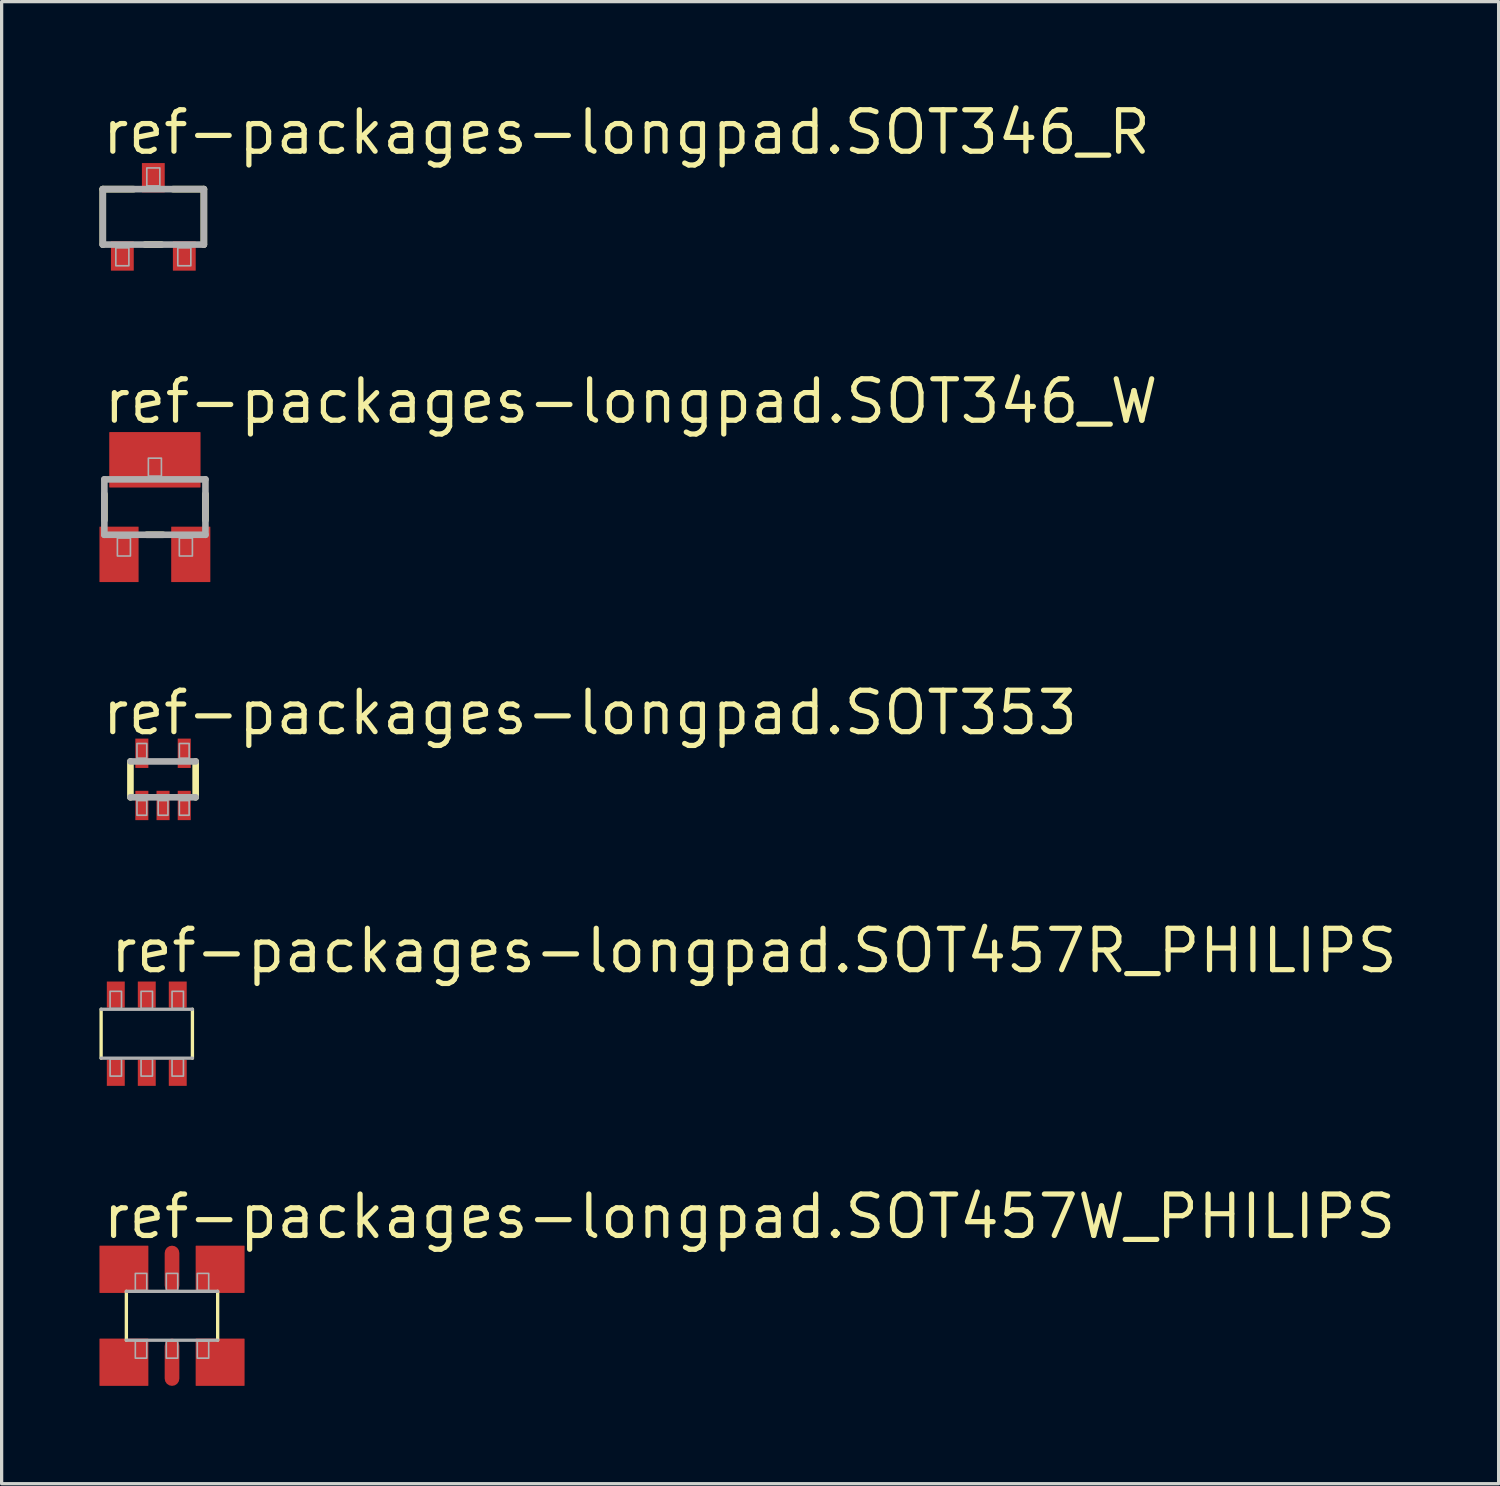
<source format=kicad_pcb>
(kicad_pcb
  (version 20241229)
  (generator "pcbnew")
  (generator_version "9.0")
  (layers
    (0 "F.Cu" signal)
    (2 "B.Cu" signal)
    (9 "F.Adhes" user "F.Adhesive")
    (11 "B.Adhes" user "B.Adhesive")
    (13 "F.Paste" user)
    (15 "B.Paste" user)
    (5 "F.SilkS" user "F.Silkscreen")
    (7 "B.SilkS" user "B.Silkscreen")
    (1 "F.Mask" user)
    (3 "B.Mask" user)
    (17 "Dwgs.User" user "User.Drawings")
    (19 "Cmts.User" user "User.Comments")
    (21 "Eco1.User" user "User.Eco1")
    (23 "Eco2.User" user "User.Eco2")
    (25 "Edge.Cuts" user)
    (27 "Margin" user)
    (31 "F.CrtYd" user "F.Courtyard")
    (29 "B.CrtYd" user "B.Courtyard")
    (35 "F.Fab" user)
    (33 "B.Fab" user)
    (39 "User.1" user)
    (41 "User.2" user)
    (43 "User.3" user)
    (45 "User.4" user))
  (footprint "ref-packages-longpad.SOT346_R"
    (layer "F.Cu")
    (at 1.652 3.6)
    (property "Reference" "ref-packages-longpad.SOT346_R" (at -1.65 -1.85 0) (layer "F.SilkS") (effects (font (size 1.27 1.27) (thickness 0.16)) (justify left bottom)))
    (attr smd)
    (fp_line (start -1.55 -0.85) (end -0.6 -0.85) (stroke (width 0.203) (type default)) (layer "F.SilkS"))
    (fp_line (start -1.55 0.85) (end -1.55 -0.85) (stroke (width 0.203) (type default)) (layer "F.SilkS"))
    (fp_line (start 0.25 0.85) (end -0.25 0.85) (stroke (width 0.203) (type default)) (layer "F.SilkS"))
    (fp_line (start 0.6 -0.85) (end 1.55 -0.85) (stroke (width 0.203) (type default)) (layer "F.SilkS"))
    (fp_line (start 1.55 -0.85) (end 1.55 0.85) (stroke (width 0.203) (type default)) (layer "F.SilkS"))
    (fp_line (start -1.55 -0.85) (end 1.55 -0.85) (stroke (width 0.203) (type default)) (layer "F.Fab"))
    (fp_line (start -1.55 0.85) (end -1.55 -0.85) (stroke (width 0.203) (type default)) (layer "F.Fab"))
    (fp_line (start 1.55 -0.85) (end 1.55 0.85) (stroke (width 0.203) (type default)) (layer "F.Fab"))
    (fp_line (start 1.55 0.85) (end -1.55 0.85) (stroke (width 0.203) (type default)) (layer "F.Fab"))
    (fp_rect (start -1.15 1.5) (end -0.75 0.95) (stroke (width 0.05) (type default)) (fill no) (layer "F.Fab"))
    (fp_rect (start -0.2 -0.95) (end 0.2 -1.5) (stroke (width 0.05) (type default)) (fill no) (layer "F.Fab"))
    (fp_rect (start 0.75 1.5) (end 1.15 0.95) (stroke (width 0.05) (type default)) (fill no) (layer "F.Fab"))
    (pad "1" smd roundrect (at -0.95 1.2) (size 0.7 0.9) (layers "F.Cu" "F.Mask" "F.Paste") (roundrect_rratio 0.01))
    (pad "2" smd roundrect (at 0.95 1.2) (size 0.7 0.9) (layers "F.Cu" "F.Mask" "F.Paste") (roundrect_rratio 0.01))
    (pad "3" smd roundrect (at 0 -1.2) (size 0.7 0.9) (layers "F.Cu" "F.Mask" "F.Paste") (roundrect_rratio 0.01)))
  (footprint "ref-packages-longpad.SOT457R_PHILIPS"
    (layer "F.Cu")
    (at 1.451 28.65)
    (property "Reference" "ref-packages-longpad.SOT457R_PHILIPS" (at -1.2 -1.8 0) (layer "F.SilkS") (effects (font (size 1.27 1.27) (thickness 0.16)) (justify left bottom)))
    (attr smd)
    (fp_line (start -1.4 0.75) (end -1.4 -0.75) (stroke (width 0.102) (type default)) (layer "F.SilkS"))
    (fp_line (start 1.4 -0.75) (end 1.4 0.75) (stroke (width 0.102) (type default)) (layer "F.SilkS"))
    (fp_line (start -1.4 -0.75) (end 1.4 -0.75) (stroke (width 0.102) (type default)) (layer "F.Fab"))
    (fp_line (start 1.4 0.75) (end -1.4 0.75) (stroke (width 0.102) (type default)) (layer "F.Fab"))
    (fp_rect (start -1.125 -0.775) (end -0.775 -1.3) (stroke (width 0.05) (type default)) (fill no) (layer "F.Fab"))
    (fp_rect (start -1.125 1.3) (end -0.775 0.775) (stroke (width 0.05) (type default)) (fill no) (layer "F.Fab"))
    (fp_rect (start -0.175 -0.775) (end 0.175 -1.3) (stroke (width 0.05) (type default)) (fill no) (layer "F.Fab"))
    (fp_rect (start -0.175 1.3) (end 0.175 0.775) (stroke (width 0.05) (type default)) (fill no) (layer "F.Fab"))
    (fp_rect (start 0.775 -0.775) (end 1.125 -1.3) (stroke (width 0.05) (type default)) (fill no) (layer "F.Fab"))
    (fp_rect (start 0.775 1.3) (end 1.125 0.775) (stroke (width 0.05) (type default)) (fill no) (layer "F.Fab"))
    (pad "1" smd roundrect (at -0.95 1.2) (size 0.55 0.8) (layers "F.Cu" "F.Mask" "F.Paste") (roundrect_rratio 0.01))
    (pad "2" smd roundrect (at 0 1.2) (size 0.55 0.8) (layers "F.Cu" "F.Mask" "F.Paste") (roundrect_rratio 0.01))
    (pad "3" smd roundrect (at 0.95 1.2) (size 0.55 0.8) (layers "F.Cu" "F.Mask" "F.Paste") (roundrect_rratio 0.01))
    (pad "4" smd roundrect (at 0.95 -1.2) (size 0.55 0.8) (layers "F.Cu" "F.Mask" "F.Paste") (roundrect_rratio 0.01))
    (pad "5" smd roundrect (at 0 -1.2) (size 0.55 0.8) (layers "F.Cu" "F.Mask" "F.Paste") (roundrect_rratio 0.01))
    (pad "6" smd roundrect (at -0.95 -1.2) (size 0.55 0.8) (layers "F.Cu" "F.Mask" "F.Paste") (roundrect_rratio 0.01)))
  (footprint "ref-packages-longpad.SOT353"
    (layer "F.Cu")
    (at 1.95 20.85)
    (property "Reference" "ref-packages-longpad.SOT353" (at -1.95 -1.3 0) (layer "F.SilkS") (effects (font (size 1.27 1.27) (thickness 0.16)) (justify left bottom)))
    (attr smd)
    (fp_line (start -1 -0.55) (end -1 0.55) (stroke (width 0.203) (type default)) (layer "F.SilkS"))
    (fp_line (start 1 0.55) (end 1 -0.55) (stroke (width 0.203) (type default)) (layer "F.SilkS"))
    (fp_line (start -1 0.55) (end 1 0.55) (stroke (width 0.203) (type default)) (layer "F.Fab"))
    (fp_line (start 1 -0.55) (end -1 -0.55) (stroke (width 0.203) (type default)) (layer "F.Fab"))
    (fp_rect (start -0.8 -0.65) (end -0.5 -1.1) (stroke (width 0.05) (type default)) (fill no) (layer "F.Fab"))
    (fp_rect (start -0.8 1.1) (end -0.5 0.65) (stroke (width 0.05) (type default)) (fill no) (layer "F.Fab"))
    (fp_rect (start -0.15 1.1) (end 0.15 0.65) (stroke (width 0.05) (type default)) (fill no) (layer "F.Fab"))
    (fp_rect (start 0.5 -0.65) (end 0.8 -1.1) (stroke (width 0.05) (type default)) (fill no) (layer "F.Fab"))
    (fp_rect (start 0.5 1.1) (end 0.8 0.65) (stroke (width 0.05) (type default)) (fill no) (layer "F.Fab"))
    (pad "1" smd roundrect (at -0.65 0.8) (size 0.4 0.9) (layers "F.Cu" "F.Mask" "F.Paste") (roundrect_rratio 0.01))
    (pad "2" smd roundrect (at 0 0.8) (size 0.4 0.9) (layers "F.Cu" "F.Mask" "F.Paste") (roundrect_rratio 0.01))
    (pad "3" smd roundrect (at 0.65 0.8) (size 0.4 0.9) (layers "F.Cu" "F.Mask" "F.Paste") (roundrect_rratio 0.01))
    (pad "4" smd roundrect (at 0.65 -0.8) (size 0.4 0.9) (layers "F.Cu" "F.Mask" "F.Paste") (roundrect_rratio 0.01))
    (pad "5" smd roundrect (at -0.65 -0.8) (size 0.4 0.9) (layers "F.Cu" "F.Mask" "F.Paste") (roundrect_rratio 0.01)))
  (footprint "ref-packages-longpad.SOT346_W"
    (layer "F.Cu")
    (at 1.7 12.5)
    (property "Reference" "ref-packages-longpad.SOT346_W" (at -1.65 -2.5 0) (layer "F.SilkS") (effects (font (size 1.27 1.27) (thickness 0.16)) (justify left bottom)))
    (attr smd)
    (fp_line (start -1.55 0.4) (end -1.55 -0.4) (stroke (width 0.203) (type default)) (layer "F.SilkS"))
    (fp_line (start 0.25 0.85) (end -0.25 0.85) (stroke (width 0.203) (type default)) (layer "F.SilkS"))
    (fp_line (start 1.55 -0.4) (end 1.55 0.4) (stroke (width 0.203) (type default)) (layer "F.SilkS"))
    (fp_line (start -1.55 -0.85) (end 1.55 -0.85) (stroke (width 0.203) (type default)) (layer "F.Fab"))
    (fp_line (start -1.55 0.85) (end -1.55 -0.85) (stroke (width 0.203) (type default)) (layer "F.Fab"))
    (fp_line (start 1.55 -0.85) (end 1.55 0.85) (stroke (width 0.203) (type default)) (layer "F.Fab"))
    (fp_line (start 1.55 0.85) (end -1.55 0.85) (stroke (width 0.203) (type default)) (layer "F.Fab"))
    (fp_rect (start -1.15 1.5) (end -0.75 0.95) (stroke (width 0.05) (type default)) (fill no) (layer "F.Fab"))
    (fp_rect (start -0.2 -0.95) (end 0.2 -1.5) (stroke (width 0.05) (type default)) (fill no) (layer "F.Fab"))
    (fp_rect (start 0.75 1.5) (end 1.15 0.95) (stroke (width 0.05) (type default)) (fill no) (layer "F.Fab"))
    (pad "1" smd roundrect (at -1.1 1.45) (size 1.2 1.7) (layers "F.Cu" "F.Mask" "F.Paste") (roundrect_rratio 0.01))
    (pad "2" smd roundrect (at 1.1 1.45) (size 1.2 1.7) (layers "F.Cu" "F.Mask" "F.Paste") (roundrect_rratio 0.01))
    (pad "3" smd roundrect (at 0 -1.45) (size 2.8 1.7) (layers "F.Cu" "F.Mask" "F.Paste") (roundrect_rratio 0.01)))
  (footprint "ref-packages-longpad.SOT457W_PHILIPS"
    (layer "F.Cu")
    (at 2.225 37.3)
    (property "Reference" "ref-packages-longpad.SOT457W_PHILIPS" (at -2.2 -2.3 0) (layer "F.SilkS") (effects (font (size 1.27 1.27) (thickness 0.16)) (justify left bottom)))
    (attr smd)
    (fp_line (start -1.4 0.75) (end -1.4 -0.75) (stroke (width 0.102) (type default)) (layer "F.SilkS"))
    (fp_line (start 1.4 -0.75) (end 1.4 0.75) (stroke (width 0.102) (type default)) (layer "F.SilkS"))
    (fp_line (start -1.4 -0.75) (end 1.4 -0.75) (stroke (width 0.102) (type default)) (layer "F.Fab"))
    (fp_line (start 1.4 0.75) (end -1.4 0.75) (stroke (width 0.102) (type default)) (layer "F.Fab"))
    (fp_rect (start -1.125 -0.775) (end -0.775 -1.3) (stroke (width 0.05) (type default)) (fill no) (layer "F.Fab"))
    (fp_rect (start -1.125 1.3) (end -0.775 0.775) (stroke (width 0.05) (type default)) (fill no) (layer "F.Fab"))
    (fp_rect (start -0.175 -0.775) (end 0.175 -1.3) (stroke (width 0.05) (type default)) (fill no) (layer "F.Fab"))
    (fp_rect (start -0.175 1.3) (end 0.175 0.775) (stroke (width 0.05) (type default)) (fill no) (layer "F.Fab"))
    (fp_rect (start 0.775 -0.775) (end 1.125 -1.3) (stroke (width 0.05) (type default)) (fill no) (layer "F.Fab"))
    (fp_rect (start 0.775 1.3) (end 1.125 0.775) (stroke (width 0.05) (type default)) (fill no) (layer "F.Fab"))
    (pad "1" smd roundrect (at -1.475 1.425) (size 1.5 1.45) (layers "F.Cu" "F.Mask" "F.Paste") (roundrect_rratio 0.01))
    (pad "2" smd roundrect (at 0 1.425) (size 0.45 1.45) (layers "F.Cu" "F.Mask" "F.Paste") (roundrect_rratio 0.5))
    (pad "3" smd roundrect (at 1.475 1.425) (size 1.5 1.45) (layers "F.Cu" "F.Mask" "F.Paste") (roundrect_rratio 0.01))
    (pad "4" smd roundrect (at 1.475 -1.425) (size 1.5 1.45) (layers "F.Cu" "F.Mask" "F.Paste") (roundrect_rratio 0.01))
    (pad "5" smd roundrect (at 0 -1.425) (size 0.45 1.45) (layers "F.Cu" "F.Mask" "F.Paste") (roundrect_rratio 0.5))
    (pad "6" smd roundrect (at -1.475 -1.425) (size 1.5 1.45) (layers "F.Cu" "F.Mask" "F.Paste") (roundrect_rratio 0.01)))
  (gr_rect
    (start -3 -3)
    (end 42.907 42.45)
    (stroke (width 0.1) (type default))
    (fill no)
    (layer "Edge.Cuts")))
</source>
